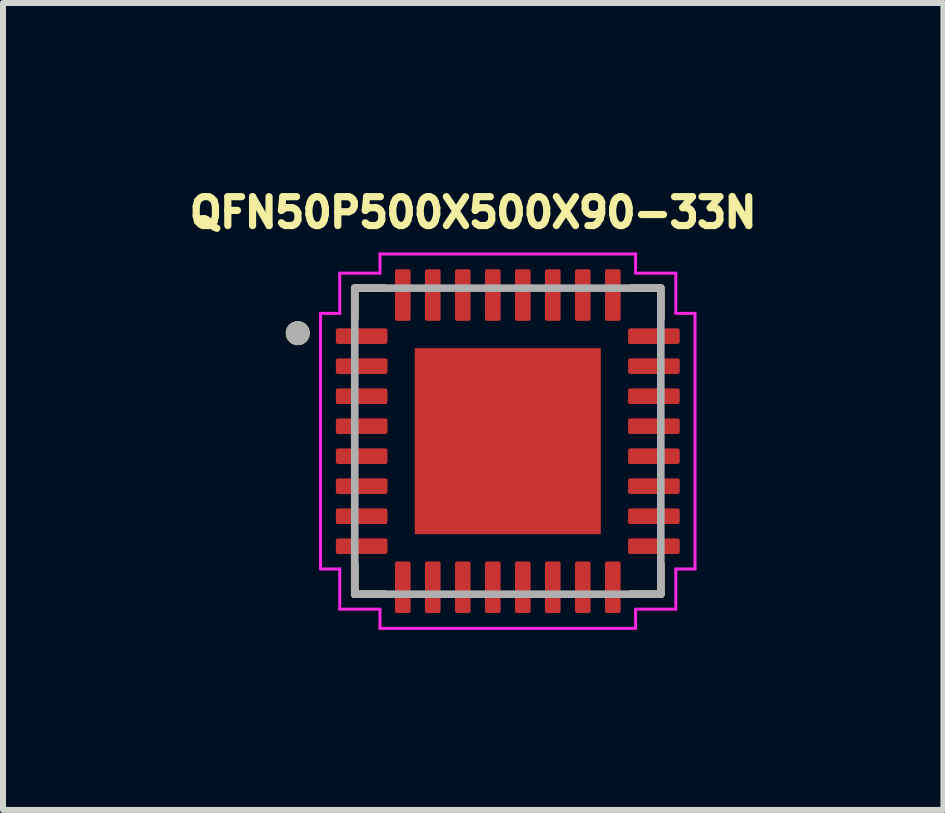
<source format=kicad_pcb>
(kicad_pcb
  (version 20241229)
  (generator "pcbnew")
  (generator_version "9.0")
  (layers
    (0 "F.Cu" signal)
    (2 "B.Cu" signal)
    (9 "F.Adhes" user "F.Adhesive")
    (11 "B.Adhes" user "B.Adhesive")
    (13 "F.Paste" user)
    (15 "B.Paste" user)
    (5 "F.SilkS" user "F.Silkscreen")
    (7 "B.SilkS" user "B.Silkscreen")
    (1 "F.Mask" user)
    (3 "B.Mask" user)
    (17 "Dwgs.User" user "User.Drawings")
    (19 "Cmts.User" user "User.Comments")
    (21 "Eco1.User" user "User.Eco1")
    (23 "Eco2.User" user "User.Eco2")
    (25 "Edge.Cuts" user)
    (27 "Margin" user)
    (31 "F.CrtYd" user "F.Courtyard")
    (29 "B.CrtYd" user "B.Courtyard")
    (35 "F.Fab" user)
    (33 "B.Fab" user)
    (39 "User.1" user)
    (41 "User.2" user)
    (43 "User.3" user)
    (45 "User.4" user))
  (footprint "QFN50P500X500X90-33N"
    (layer "F.Cu")
    (at 5.412 4.302)
    (property "Reference" "QFN50P500X500X90-33N" (at -0.577 -3.81 0) (layer "F.SilkS") (effects (font (size 0.481 0.481) (thickness 0.15))))
    (attr smd)
    (fp_line (start -2.55 -2.55) (end -2.55 -2.05) (stroke (width 0.127) (type solid)) (layer "F.SilkS"))
    (fp_line (start -2.55 2.05) (end -2.55 2.55) (stroke (width 0.127) (type solid)) (layer "F.SilkS"))
    (fp_line (start -2.55 2.55) (end -2.05 2.55) (stroke (width 0.127) (type solid)) (layer "F.SilkS"))
    (fp_line (start -2.05 -2.55) (end -2.55 -2.55) (stroke (width 0.127) (type solid)) (layer "F.SilkS"))
    (fp_line (start 2.05 -2.55) (end 2.55 -2.55) (stroke (width 0.127) (type solid)) (layer "F.SilkS"))
    (fp_line (start 2.05 2.55) (end 2.55 2.55) (stroke (width 0.127) (type solid)) (layer "F.SilkS"))
    (fp_line (start 2.55 -2.55) (end 2.55 -2.05) (stroke (width 0.127) (type solid)) (layer "F.SilkS"))
    (fp_line (start 2.55 2.55) (end 2.55 2.05) (stroke (width 0.127) (type solid)) (layer "F.SilkS"))
    (fp_circle (center -3.5 -1.8) (end -3.4 -1.8) (stroke (width 0.2) (type solid)) (fill no) (layer "F.SilkS"))
    (fp_poly (pts (xy -0.981 -0.98) (xy 0.98 -0.98) (xy 0.98 0.981) (xy -0.981 0.981)) (stroke (width 0.01) (type solid)) (fill yes) (layer "F.Paste"))
    (fp_line (start -3.12 -2.13) (end -2.8 -2.13) (stroke (width 0.05) (type solid)) (layer "F.CrtYd"))
    (fp_line (start -3.12 2.13) (end -3.12 -2.13) (stroke (width 0.05) (type solid)) (layer "F.CrtYd"))
    (fp_line (start -2.8 -2.8) (end -2.13 -2.8) (stroke (width 0.05) (type solid)) (layer "F.CrtYd"))
    (fp_line (start -2.8 -2.13) (end -2.8 -2.8) (stroke (width 0.05) (type solid)) (layer "F.CrtYd"))
    (fp_line (start -2.8 2.13) (end -3.12 2.13) (stroke (width 0.05) (type solid)) (layer "F.CrtYd"))
    (fp_line (start -2.8 2.8) (end -2.8 2.13) (stroke (width 0.05) (type solid)) (layer "F.CrtYd"))
    (fp_line (start -2.13 -3.12) (end 2.13 -3.12) (stroke (width 0.05) (type solid)) (layer "F.CrtYd"))
    (fp_line (start -2.13 -2.8) (end -2.13 -3.12) (stroke (width 0.05) (type solid)) (layer "F.CrtYd"))
    (fp_line (start -2.13 2.8) (end -2.8 2.8) (stroke (width 0.05) (type solid)) (layer "F.CrtYd"))
    (fp_line (start -2.13 3.12) (end -2.13 2.8) (stroke (width 0.05) (type solid)) (layer "F.CrtYd"))
    (fp_line (start 2.13 -3.12) (end 2.13 -2.8) (stroke (width 0.05) (type solid)) (layer "F.CrtYd"))
    (fp_line (start 2.13 -2.8) (end 2.8 -2.8) (stroke (width 0.05) (type solid)) (layer "F.CrtYd"))
    (fp_line (start 2.13 2.8) (end 2.13 3.12) (stroke (width 0.05) (type solid)) (layer "F.CrtYd"))
    (fp_line (start 2.13 3.12) (end -2.13 3.12) (stroke (width 0.05) (type solid)) (layer "F.CrtYd"))
    (fp_line (start 2.8 -2.8) (end 2.8 -2.13) (stroke (width 0.05) (type solid)) (layer "F.CrtYd"))
    (fp_line (start 2.8 -2.13) (end 3.12 -2.13) (stroke (width 0.05) (type solid)) (layer "F.CrtYd"))
    (fp_line (start 2.8 2.13) (end 2.8 2.8) (stroke (width 0.05) (type solid)) (layer "F.CrtYd"))
    (fp_line (start 2.8 2.8) (end 2.13 2.8) (stroke (width 0.05) (type solid)) (layer "F.CrtYd"))
    (fp_line (start 3.12 -2.13) (end 3.12 2.13) (stroke (width 0.05) (type solid)) (layer "F.CrtYd"))
    (fp_line (start 3.12 2.13) (end 2.8 2.13) (stroke (width 0.05) (type solid)) (layer "F.CrtYd"))
    (fp_line (start -2.55 -2.55) (end 2.55 -2.55) (stroke (width 0.127) (type solid)) (layer "F.Fab"))
    (fp_line (start -2.55 2.55) (end -2.55 -2.55) (stroke (width 0.127) (type solid)) (layer "F.Fab"))
    (fp_line (start 2.55 -2.55) (end 2.55 2.55) (stroke (width 0.127) (type solid)) (layer "F.Fab"))
    (fp_line (start 2.55 2.55) (end -2.55 2.55) (stroke (width 0.127) (type solid)) (layer "F.Fab"))
    (fp_circle (center -3.5 -1.8) (end -3.4 -1.8) (stroke (width 0.2) (type solid)) (fill no) (layer "F.Fab"))
    (pad "1" smd roundrect (at -2.435 -1.75) (size 0.86 0.26) (layers "F.Cu" "F.Mask" "F.Paste") (roundrect_rratio 0.125))
    (pad "2" smd roundrect (at -2.435 -1.25) (size 0.86 0.26) (layers "F.Cu" "F.Mask" "F.Paste") (roundrect_rratio 0.125))
    (pad "3" smd roundrect (at -2.435 -0.75) (size 0.86 0.26) (layers "F.Cu" "F.Mask" "F.Paste") (roundrect_rratio 0.125))
    (pad "4" smd roundrect (at -2.435 -0.25) (size 0.86 0.26) (layers "F.Cu" "F.Mask" "F.Paste") (roundrect_rratio 0.125))
    (pad "5" smd roundrect (at -2.435 0.25) (size 0.86 0.26) (layers "F.Cu" "F.Mask" "F.Paste") (roundrect_rratio 0.125))
    (pad "6" smd roundrect (at -2.435 0.75) (size 0.86 0.26) (layers "F.Cu" "F.Mask" "F.Paste") (roundrect_rratio 0.125))
    (pad "7" smd roundrect (at -2.435 1.25) (size 0.86 0.26) (layers "F.Cu" "F.Mask" "F.Paste") (roundrect_rratio 0.125))
    (pad "8" smd roundrect (at -2.435 1.75) (size 0.86 0.26) (layers "F.Cu" "F.Mask" "F.Paste") (roundrect_rratio 0.125))
    (pad "9" smd roundrect (at -1.75 2.435 90) (size 0.86 0.26) (layers "F.Cu" "F.Mask" "F.Paste") (roundrect_rratio 0.125))
    (pad "10" smd roundrect (at -1.25 2.435 90) (size 0.86 0.26) (layers "F.Cu" "F.Mask" "F.Paste") (roundrect_rratio 0.125))
    (pad "11" smd roundrect (at -0.75 2.435 90) (size 0.86 0.26) (layers "F.Cu" "F.Mask" "F.Paste") (roundrect_rratio 0.125))
    (pad "12" smd roundrect (at -0.25 2.435 90) (size 0.86 0.26) (layers "F.Cu" "F.Mask" "F.Paste") (roundrect_rratio 0.125))
    (pad "13" smd roundrect (at 0.25 2.435 90) (size 0.86 0.26) (layers "F.Cu" "F.Mask" "F.Paste") (roundrect_rratio 0.125))
    (pad "14" smd roundrect (at 0.75 2.435 90) (size 0.86 0.26) (layers "F.Cu" "F.Mask" "F.Paste") (roundrect_rratio 0.125))
    (pad "15" smd roundrect (at 1.25 2.435 90) (size 0.86 0.26) (layers "F.Cu" "F.Mask" "F.Paste") (roundrect_rratio 0.125))
    (pad "16" smd roundrect (at 1.75 2.435 90) (size 0.86 0.26) (layers "F.Cu" "F.Mask" "F.Paste") (roundrect_rratio 0.125))
    (pad "17" smd roundrect (at 2.435 1.75) (size 0.86 0.26) (layers "F.Cu" "F.Mask" "F.Paste") (roundrect_rratio 0.125))
    (pad "18" smd roundrect (at 2.435 1.25) (size 0.86 0.26) (layers "F.Cu" "F.Mask" "F.Paste") (roundrect_rratio 0.125))
    (pad "19" smd roundrect (at 2.435 0.75) (size 0.86 0.26) (layers "F.Cu" "F.Mask" "F.Paste") (roundrect_rratio 0.125))
    (pad "20" smd roundrect (at 2.435 0.25) (size 0.86 0.26) (layers "F.Cu" "F.Mask" "F.Paste") (roundrect_rratio 0.125))
    (pad "21" smd roundrect (at 2.435 -0.25) (size 0.86 0.26) (layers "F.Cu" "F.Mask" "F.Paste") (roundrect_rratio 0.125))
    (pad "22" smd roundrect (at 2.435 -0.75) (size 0.86 0.26) (layers "F.Cu" "F.Mask" "F.Paste") (roundrect_rratio 0.125))
    (pad "23" smd roundrect (at 2.435 -1.25) (size 0.86 0.26) (layers "F.Cu" "F.Mask" "F.Paste") (roundrect_rratio 0.125))
    (pad "24" smd roundrect (at 2.435 -1.75) (size 0.86 0.26) (layers "F.Cu" "F.Mask" "F.Paste") (roundrect_rratio 0.125))
    (pad "25" smd roundrect (at 1.75 -2.435 90) (size 0.86 0.26) (layers "F.Cu" "F.Mask" "F.Paste") (roundrect_rratio 0.125))
    (pad "26" smd roundrect (at 1.25 -2.435 90) (size 0.86 0.26) (layers "F.Cu" "F.Mask" "F.Paste") (roundrect_rratio 0.125))
    (pad "27" smd roundrect (at 0.75 -2.435 90) (size 0.86 0.26) (layers "F.Cu" "F.Mask" "F.Paste") (roundrect_rratio 0.125))
    (pad "28" smd roundrect (at 0.25 -2.435 90) (size 0.86 0.26) (layers "F.Cu" "F.Mask" "F.Paste") (roundrect_rratio 0.125))
    (pad "29" smd roundrect (at -0.25 -2.435 90) (size 0.86 0.26) (layers "F.Cu" "F.Mask" "F.Paste") (roundrect_rratio 0.125))
    (pad "30" smd roundrect (at -0.75 -2.435 90) (size 0.86 0.26) (layers "F.Cu" "F.Mask" "F.Paste") (roundrect_rratio 0.125))
    (pad "31" smd roundrect (at -1.25 -2.435 90) (size 0.86 0.26) (layers "F.Cu" "F.Mask" "F.Paste") (roundrect_rratio 0.125))
    (pad "32" smd roundrect (at -1.75 -2.435 90) (size 0.86 0.26) (layers "F.Cu" "F.Mask" "F.Paste") (roundrect_rratio 0.125))
    (pad "33" smd rect (at 0 0) (size 3.1 3.1) (layers "F.Cu" "F.Mask")))
  (gr_rect
    (start -3 -3)
    (end 12.671 10.447)
    (stroke (width 0.1) (type default))
    (fill no)
    (layer "Edge.Cuts")))
</source>
